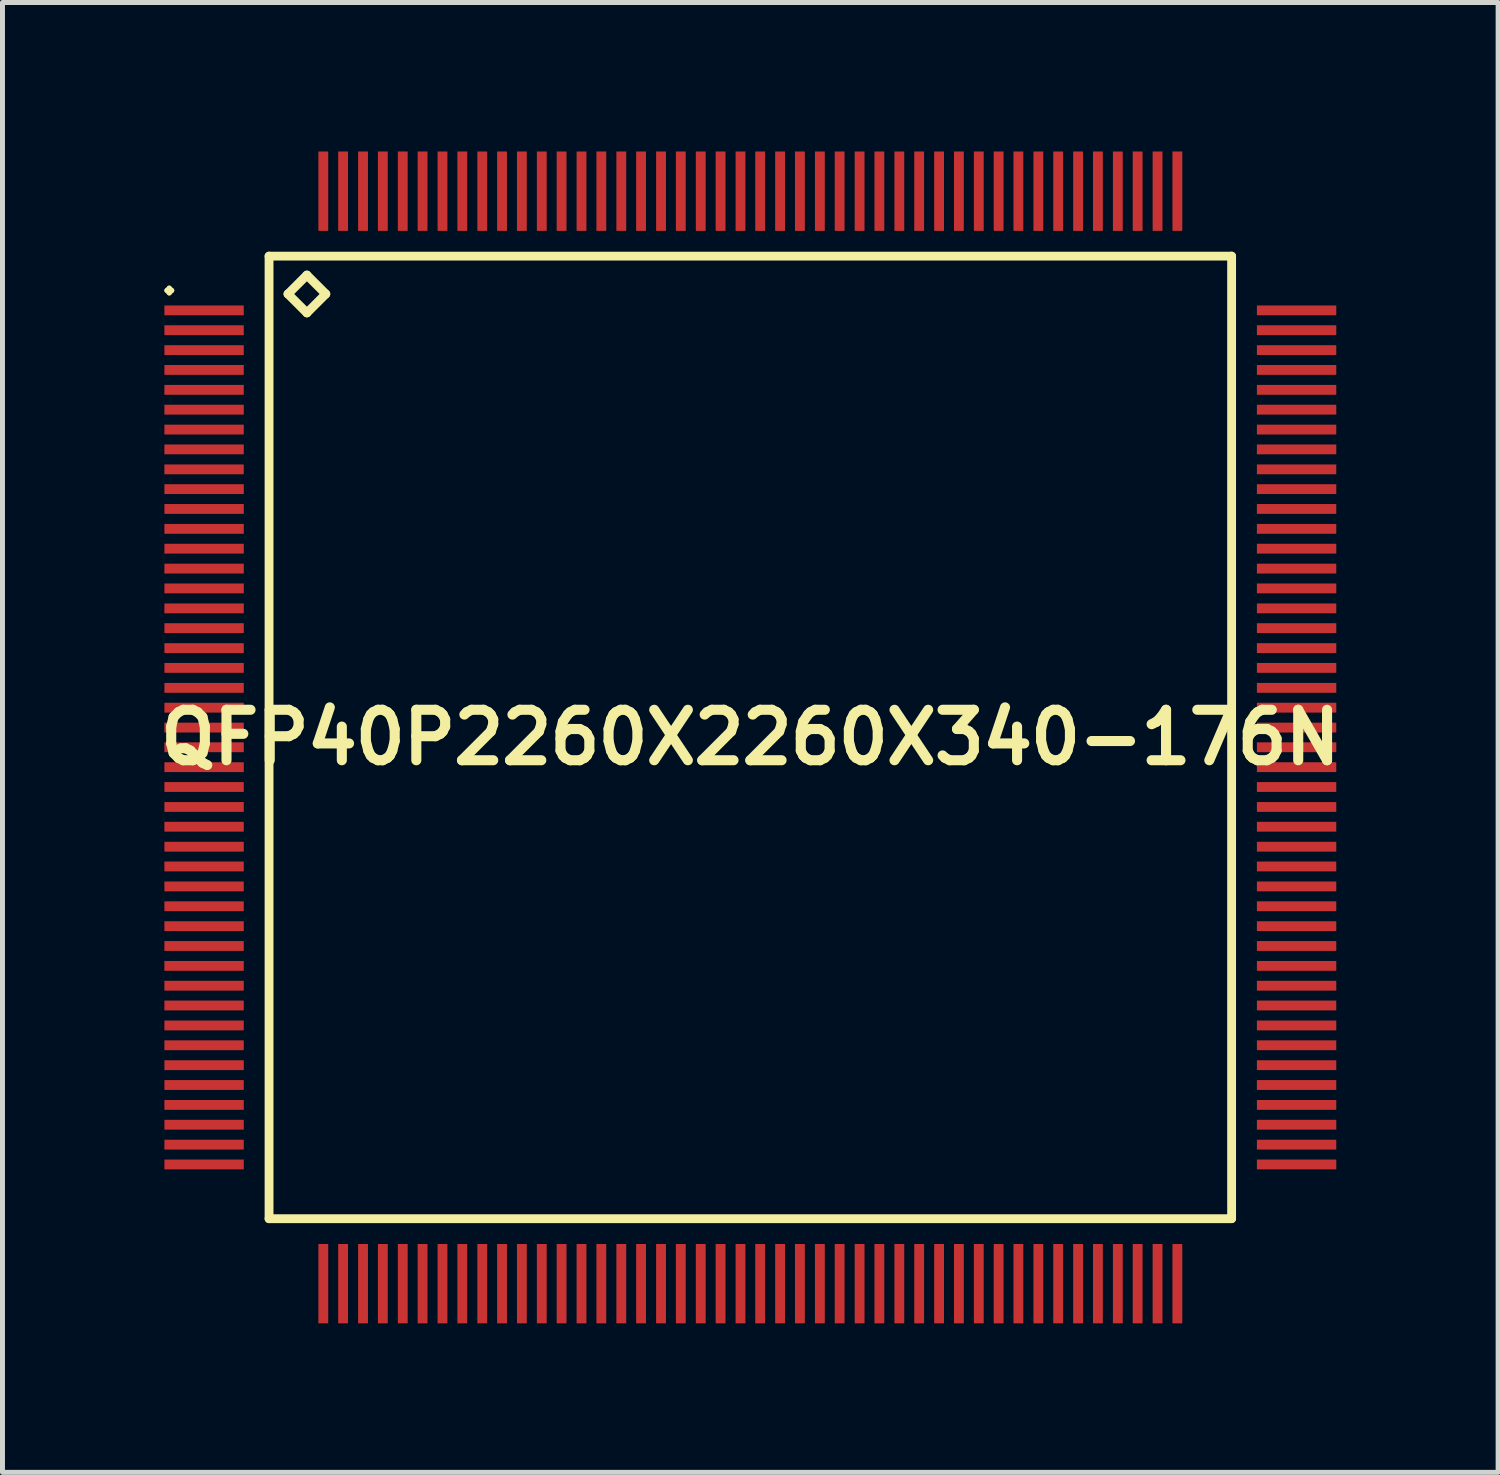
<source format=kicad_pcb>
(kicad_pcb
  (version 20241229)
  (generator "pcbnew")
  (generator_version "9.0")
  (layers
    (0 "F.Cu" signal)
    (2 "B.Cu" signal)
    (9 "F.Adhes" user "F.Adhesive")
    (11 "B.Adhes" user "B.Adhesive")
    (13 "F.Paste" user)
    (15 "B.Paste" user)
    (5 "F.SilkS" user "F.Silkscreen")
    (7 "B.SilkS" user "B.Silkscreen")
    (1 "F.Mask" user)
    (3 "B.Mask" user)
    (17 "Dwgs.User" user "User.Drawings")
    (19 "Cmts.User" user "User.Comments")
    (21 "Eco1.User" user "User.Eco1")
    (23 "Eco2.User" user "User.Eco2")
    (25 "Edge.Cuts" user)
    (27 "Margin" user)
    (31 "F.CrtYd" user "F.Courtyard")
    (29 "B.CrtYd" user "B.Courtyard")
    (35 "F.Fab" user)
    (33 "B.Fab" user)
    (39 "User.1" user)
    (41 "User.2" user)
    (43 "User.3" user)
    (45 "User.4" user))
  (footprint "QFP40P2260X2260X340-176N"
    (layer "F.Cu")
    (at 12.057 11.797)
    (property "Reference" "QFP40P2260X2260X340-176N" (at 0 0 0) (layer "F.SilkS") (effects (font (size 1.016 1.016) (thickness 0.203))))
    (attr smd)
    (fp_line (start -11.748 -8.999) (end -11.699 -9.047) (stroke (width 0.099) (type solid)) (layer "F.SilkS"))
    (fp_line (start -11.699 -9.047) (end -11.648 -8.999) (stroke (width 0.099) (type solid)) (layer "F.SilkS"))
    (fp_line (start -11.699 -8.948) (end -11.748 -8.999) (stroke (width 0.099) (type solid)) (layer "F.SilkS"))
    (fp_line (start -11.648 -8.999) (end -11.699 -8.948) (stroke (width 0.099) (type solid)) (layer "F.SilkS"))
    (fp_line (start -9.69 -9.69) (end -9.69 9.69) (stroke (width 0.178) (type solid)) (layer "F.SilkS"))
    (fp_line (start -9.69 9.69) (end 9.69 9.69) (stroke (width 0.178) (type solid)) (layer "F.SilkS"))
    (fp_line (start -9.309 -8.928) (end -8.928 -9.309) (stroke (width 0.178) (type solid)) (layer "F.SilkS"))
    (fp_line (start -8.928 -9.309) (end -8.547 -8.928) (stroke (width 0.178) (type solid)) (layer "F.SilkS"))
    (fp_line (start -8.928 -8.547) (end -9.309 -8.928) (stroke (width 0.178) (type solid)) (layer "F.SilkS"))
    (fp_line (start -8.547 -8.928) (end -8.928 -8.547) (stroke (width 0.178) (type solid)) (layer "F.SilkS"))
    (fp_line (start 9.69 -9.69) (end -9.69 -9.69) (stroke (width 0.178) (type solid)) (layer "F.SilkS"))
    (fp_line (start 9.69 9.69) (end 9.69 -9.69) (stroke (width 0.178) (type solid)) (layer "F.SilkS"))
    (pad "1" smd rect (at -10.998 -8.598) (size 1.598 0.198) (layers "F.Cu" "F.Mask" "F.Paste"))
    (pad "2" smd rect (at -10.998 -8.199) (size 1.598 0.198) (layers "F.Cu" "F.Mask" "F.Paste"))
    (pad "3" smd rect (at -10.998 -7.798) (size 1.598 0.198) (layers "F.Cu" "F.Mask" "F.Paste"))
    (pad "4" smd rect (at -10.998 -7.399) (size 1.598 0.198) (layers "F.Cu" "F.Mask" "F.Paste"))
    (pad "5" smd rect (at -10.998 -6.998) (size 1.598 0.198) (layers "F.Cu" "F.Mask" "F.Paste"))
    (pad "6" smd rect (at -10.998 -6.599) (size 1.598 0.198) (layers "F.Cu" "F.Mask" "F.Paste"))
    (pad "7" smd rect (at -10.998 -6.198) (size 1.598 0.198) (layers "F.Cu" "F.Mask" "F.Paste"))
    (pad "8" smd rect (at -10.998 -5.799) (size 1.598 0.198) (layers "F.Cu" "F.Mask" "F.Paste"))
    (pad "9" smd rect (at -10.998 -5.397) (size 1.598 0.198) (layers "F.Cu" "F.Mask" "F.Paste"))
    (pad "10" smd rect (at -10.998 -4.999) (size 1.598 0.198) (layers "F.Cu" "F.Mask" "F.Paste"))
    (pad "11" smd rect (at -10.998 -4.6) (size 1.598 0.198) (layers "F.Cu" "F.Mask" "F.Paste"))
    (pad "12" smd rect (at -10.998 -4.199) (size 1.598 0.198) (layers "F.Cu" "F.Mask" "F.Paste"))
    (pad "13" smd rect (at -10.998 -3.8) (size 1.598 0.198) (layers "F.Cu" "F.Mask" "F.Paste"))
    (pad "14" smd rect (at -10.998 -3.399) (size 1.598 0.198) (layers "F.Cu" "F.Mask" "F.Paste"))
    (pad "15" smd rect (at -10.998 -3) (size 1.598 0.198) (layers "F.Cu" "F.Mask" "F.Paste"))
    (pad "16" smd rect (at -10.998 -2.598) (size 1.598 0.198) (layers "F.Cu" "F.Mask" "F.Paste"))
    (pad "17" smd rect (at -10.998 -2.2) (size 1.598 0.198) (layers "F.Cu" "F.Mask" "F.Paste"))
    (pad "18" smd rect (at -10.998 -1.798) (size 1.598 0.198) (layers "F.Cu" "F.Mask" "F.Paste"))
    (pad "19" smd rect (at -10.998 -1.4) (size 1.598 0.198) (layers "F.Cu" "F.Mask" "F.Paste"))
    (pad "20" smd rect (at -10.998 -0.998) (size 1.598 0.198) (layers "F.Cu" "F.Mask" "F.Paste"))
    (pad "21" smd rect (at -10.998 -0.599) (size 1.598 0.198) (layers "F.Cu" "F.Mask" "F.Paste"))
    (pad "22" smd rect (at -10.998 -0.198) (size 1.598 0.198) (layers "F.Cu" "F.Mask" "F.Paste"))
    (pad "23" smd rect (at -10.998 0.198) (size 1.598 0.198) (layers "F.Cu" "F.Mask" "F.Paste"))
    (pad "24" smd rect (at -10.998 0.599) (size 1.598 0.198) (layers "F.Cu" "F.Mask" "F.Paste"))
    (pad "25" smd rect (at -10.998 0.998) (size 1.598 0.198) (layers "F.Cu" "F.Mask" "F.Paste"))
    (pad "26" smd rect (at -10.998 1.4) (size 1.598 0.198) (layers "F.Cu" "F.Mask" "F.Paste"))
    (pad "27" smd rect (at -10.998 1.798) (size 1.598 0.198) (layers "F.Cu" "F.Mask" "F.Paste"))
    (pad "28" smd rect (at -10.998 2.2) (size 1.598 0.198) (layers "F.Cu" "F.Mask" "F.Paste"))
    (pad "29" smd rect (at -10.998 2.598) (size 1.598 0.198) (layers "F.Cu" "F.Mask" "F.Paste"))
    (pad "30" smd rect (at -10.998 3) (size 1.598 0.198) (layers "F.Cu" "F.Mask" "F.Paste"))
    (pad "31" smd rect (at -10.998 3.399) (size 1.598 0.198) (layers "F.Cu" "F.Mask" "F.Paste"))
    (pad "32" smd rect (at -10.998 3.8) (size 1.598 0.198) (layers "F.Cu" "F.Mask" "F.Paste"))
    (pad "33" smd rect (at -10.998 4.199) (size 1.598 0.198) (layers "F.Cu" "F.Mask" "F.Paste"))
    (pad "34" smd rect (at -10.998 4.6) (size 1.598 0.198) (layers "F.Cu" "F.Mask" "F.Paste"))
    (pad "35" smd rect (at -10.998 4.999) (size 1.598 0.198) (layers "F.Cu" "F.Mask" "F.Paste"))
    (pad "36" smd rect (at -10.998 5.397) (size 1.598 0.198) (layers "F.Cu" "F.Mask" "F.Paste"))
    (pad "37" smd rect (at -10.998 5.799) (size 1.598 0.198) (layers "F.Cu" "F.Mask" "F.Paste"))
    (pad "38" smd rect (at -10.998 6.198) (size 1.598 0.198) (layers "F.Cu" "F.Mask" "F.Paste"))
    (pad "39" smd rect (at -10.998 6.599) (size 1.598 0.198) (layers "F.Cu" "F.Mask" "F.Paste"))
    (pad "40" smd rect (at -10.998 6.998) (size 1.598 0.198) (layers "F.Cu" "F.Mask" "F.Paste"))
    (pad "41" smd rect (at -10.998 7.399) (size 1.598 0.198) (layers "F.Cu" "F.Mask" "F.Paste"))
    (pad "42" smd rect (at -10.998 7.798) (size 1.598 0.198) (layers "F.Cu" "F.Mask" "F.Paste"))
    (pad "43" smd rect (at -10.998 8.199) (size 1.598 0.198) (layers "F.Cu" "F.Mask" "F.Paste"))
    (pad "44" smd rect (at -10.998 8.598) (size 1.598 0.198) (layers "F.Cu" "F.Mask" "F.Paste"))
    (pad "45" smd rect (at -8.598 10.998) (size 0.198 1.598) (layers "F.Cu" "F.Mask" "F.Paste"))
    (pad "46" smd rect (at -8.199 10.998) (size 0.198 1.598) (layers "F.Cu" "F.Mask" "F.Paste"))
    (pad "47" smd rect (at -7.798 10.998) (size 0.198 1.598) (layers "F.Cu" "F.Mask" "F.Paste"))
    (pad "48" smd rect (at -7.399 10.998) (size 0.198 1.598) (layers "F.Cu" "F.Mask" "F.Paste"))
    (pad "49" smd rect (at -6.998 10.998) (size 0.198 1.598) (layers "F.Cu" "F.Mask" "F.Paste"))
    (pad "50" smd rect (at -6.599 10.998) (size 0.198 1.598) (layers "F.Cu" "F.Mask" "F.Paste"))
    (pad "51" smd rect (at -6.198 10.998) (size 0.198 1.598) (layers "F.Cu" "F.Mask" "F.Paste"))
    (pad "52" smd rect (at -5.799 10.998) (size 0.198 1.598) (layers "F.Cu" "F.Mask" "F.Paste"))
    (pad "53" smd rect (at -5.397 10.998) (size 0.198 1.598) (layers "F.Cu" "F.Mask" "F.Paste"))
    (pad "54" smd rect (at -4.999 10.998) (size 0.198 1.598) (layers "F.Cu" "F.Mask" "F.Paste"))
    (pad "55" smd rect (at -4.6 10.998) (size 0.198 1.598) (layers "F.Cu" "F.Mask" "F.Paste"))
    (pad "56" smd rect (at -4.199 10.998) (size 0.198 1.598) (layers "F.Cu" "F.Mask" "F.Paste"))
    (pad "57" smd rect (at -3.8 10.998) (size 0.198 1.598) (layers "F.Cu" "F.Mask" "F.Paste"))
    (pad "58" smd rect (at -3.399 10.998) (size 0.198 1.598) (layers "F.Cu" "F.Mask" "F.Paste"))
    (pad "59" smd rect (at -3 10.998) (size 0.198 1.598) (layers "F.Cu" "F.Mask" "F.Paste"))
    (pad "60" smd rect (at -2.598 10.998) (size 0.198 1.598) (layers "F.Cu" "F.Mask" "F.Paste"))
    (pad "61" smd rect (at -2.2 10.998) (size 0.198 1.598) (layers "F.Cu" "F.Mask" "F.Paste"))
    (pad "62" smd rect (at -1.798 10.998) (size 0.198 1.598) (layers "F.Cu" "F.Mask" "F.Paste"))
    (pad "63" smd rect (at -1.4 10.998) (size 0.198 1.598) (layers "F.Cu" "F.Mask" "F.Paste"))
    (pad "64" smd rect (at -0.998 10.998) (size 0.198 1.598) (layers "F.Cu" "F.Mask" "F.Paste"))
    (pad "65" smd rect (at -0.599 10.998) (size 0.198 1.598) (layers "F.Cu" "F.Mask" "F.Paste"))
    (pad "66" smd rect (at -0.198 10.998) (size 0.198 1.598) (layers "F.Cu" "F.Mask" "F.Paste"))
    (pad "67" smd rect (at 0.198 10.998) (size 0.198 1.598) (layers "F.Cu" "F.Mask" "F.Paste"))
    (pad "68" smd rect (at 0.599 10.998) (size 0.198 1.598) (layers "F.Cu" "F.Mask" "F.Paste"))
    (pad "69" smd rect (at 0.998 10.998) (size 0.198 1.598) (layers "F.Cu" "F.Mask" "F.Paste"))
    (pad "70" smd rect (at 1.4 10.998) (size 0.198 1.598) (layers "F.Cu" "F.Mask" "F.Paste"))
    (pad "71" smd rect (at 1.798 10.998) (size 0.198 1.598) (layers "F.Cu" "F.Mask" "F.Paste"))
    (pad "72" smd rect (at 2.2 10.998) (size 0.198 1.598) (layers "F.Cu" "F.Mask" "F.Paste"))
    (pad "73" smd rect (at 2.598 10.998) (size 0.198 1.598) (layers "F.Cu" "F.Mask" "F.Paste"))
    (pad "74" smd rect (at 3 10.998) (size 0.198 1.598) (layers "F.Cu" "F.Mask" "F.Paste"))
    (pad "75" smd rect (at 3.399 10.998) (size 0.198 1.598) (layers "F.Cu" "F.Mask" "F.Paste"))
    (pad "76" smd rect (at 3.8 10.998) (size 0.198 1.598) (layers "F.Cu" "F.Mask" "F.Paste"))
    (pad "77" smd rect (at 4.199 10.998) (size 0.198 1.598) (layers "F.Cu" "F.Mask" "F.Paste"))
    (pad "78" smd rect (at 4.6 10.998) (size 0.198 1.598) (layers "F.Cu" "F.Mask" "F.Paste"))
    (pad "79" smd rect (at 4.999 10.998) (size 0.198 1.598) (layers "F.Cu" "F.Mask" "F.Paste"))
    (pad "80" smd rect (at 5.397 10.998) (size 0.198 1.598) (layers "F.Cu" "F.Mask" "F.Paste"))
    (pad "81" smd rect (at 5.799 10.998) (size 0.198 1.598) (layers "F.Cu" "F.Mask" "F.Paste"))
    (pad "82" smd rect (at 6.198 10.998) (size 0.198 1.598) (layers "F.Cu" "F.Mask" "F.Paste"))
    (pad "83" smd rect (at 6.599 10.998) (size 0.198 1.598) (layers "F.Cu" "F.Mask" "F.Paste"))
    (pad "84" smd rect (at 6.998 10.998) (size 0.198 1.598) (layers "F.Cu" "F.Mask" "F.Paste"))
    (pad "85" smd rect (at 7.399 10.998) (size 0.198 1.598) (layers "F.Cu" "F.Mask" "F.Paste"))
    (pad "86" smd rect (at 7.798 10.998) (size 0.198 1.598) (layers "F.Cu" "F.Mask" "F.Paste"))
    (pad "87" smd rect (at 8.199 10.998) (size 0.198 1.598) (layers "F.Cu" "F.Mask" "F.Paste"))
    (pad "88" smd rect (at 8.598 10.998) (size 0.198 1.598) (layers "F.Cu" "F.Mask" "F.Paste"))
    (pad "89" smd rect (at 10.998 8.598) (size 1.598 0.198) (layers "F.Cu" "F.Mask" "F.Paste"))
    (pad "90" smd rect (at 10.998 8.199) (size 1.598 0.198) (layers "F.Cu" "F.Mask" "F.Paste"))
    (pad "91" smd rect (at 10.998 7.798) (size 1.598 0.198) (layers "F.Cu" "F.Mask" "F.Paste"))
    (pad "92" smd rect (at 10.998 7.399) (size 1.598 0.198) (layers "F.Cu" "F.Mask" "F.Paste"))
    (pad "93" smd rect (at 10.998 6.998) (size 1.598 0.198) (layers "F.Cu" "F.Mask" "F.Paste"))
    (pad "94" smd rect (at 10.998 6.599) (size 1.598 0.198) (layers "F.Cu" "F.Mask" "F.Paste"))
    (pad "95" smd rect (at 10.998 6.198) (size 1.598 0.198) (layers "F.Cu" "F.Mask" "F.Paste"))
    (pad "96" smd rect (at 10.998 5.799) (size 1.598 0.198) (layers "F.Cu" "F.Mask" "F.Paste"))
    (pad "97" smd rect (at 10.998 5.397) (size 1.598 0.198) (layers "F.Cu" "F.Mask" "F.Paste"))
    (pad "98" smd rect (at 10.998 4.999) (size 1.598 0.198) (layers "F.Cu" "F.Mask" "F.Paste"))
    (pad "99" smd rect (at 10.998 4.6) (size 1.598 0.198) (layers "F.Cu" "F.Mask" "F.Paste"))
    (pad "100" smd rect (at 10.998 4.199) (size 1.598 0.198) (layers "F.Cu" "F.Mask" "F.Paste"))
    (pad "101" smd rect (at 10.998 3.8) (size 1.598 0.198) (layers "F.Cu" "F.Mask" "F.Paste"))
    (pad "102" smd rect (at 10.998 3.399) (size 1.598 0.198) (layers "F.Cu" "F.Mask" "F.Paste"))
    (pad "103" smd rect (at 10.998 3) (size 1.598 0.198) (layers "F.Cu" "F.Mask" "F.Paste"))
    (pad "104" smd rect (at 10.998 2.598) (size 1.598 0.198) (layers "F.Cu" "F.Mask" "F.Paste"))
    (pad "105" smd rect (at 10.998 2.2) (size 1.598 0.198) (layers "F.Cu" "F.Mask" "F.Paste"))
    (pad "106" smd rect (at 10.998 1.798) (size 1.598 0.198) (layers "F.Cu" "F.Mask" "F.Paste"))
    (pad "107" smd rect (at 10.998 1.4) (size 1.598 0.198) (layers "F.Cu" "F.Mask" "F.Paste"))
    (pad "108" smd rect (at 10.998 0.998) (size 1.598 0.198) (layers "F.Cu" "F.Mask" "F.Paste"))
    (pad "109" smd rect (at 10.998 0.599) (size 1.598 0.198) (layers "F.Cu" "F.Mask" "F.Paste"))
    (pad "110" smd rect (at 10.998 0.198) (size 1.598 0.198) (layers "F.Cu" "F.Mask" "F.Paste"))
    (pad "111" smd rect (at 10.998 -0.198) (size 1.598 0.198) (layers "F.Cu" "F.Mask" "F.Paste"))
    (pad "112" smd rect (at 10.998 -0.599) (size 1.598 0.198) (layers "F.Cu" "F.Mask" "F.Paste"))
    (pad "113" smd rect (at 10.998 -0.998) (size 1.598 0.198) (layers "F.Cu" "F.Mask" "F.Paste"))
    (pad "114" smd rect (at 10.998 -1.4) (size 1.598 0.198) (layers "F.Cu" "F.Mask" "F.Paste"))
    (pad "115" smd rect (at 10.998 -1.798) (size 1.598 0.198) (layers "F.Cu" "F.Mask" "F.Paste"))
    (pad "116" smd rect (at 10.998 -2.2) (size 1.598 0.198) (layers "F.Cu" "F.Mask" "F.Paste"))
    (pad "117" smd rect (at 10.998 -2.598) (size 1.598 0.198) (layers "F.Cu" "F.Mask" "F.Paste"))
    (pad "118" smd rect (at 10.998 -3) (size 1.598 0.198) (layers "F.Cu" "F.Mask" "F.Paste"))
    (pad "119" smd rect (at 10.998 -3.399) (size 1.598 0.198) (layers "F.Cu" "F.Mask" "F.Paste"))
    (pad "120" smd rect (at 10.998 -3.8) (size 1.598 0.198) (layers "F.Cu" "F.Mask" "F.Paste"))
    (pad "121" smd rect (at 10.998 -4.199) (size 1.598 0.198) (layers "F.Cu" "F.Mask" "F.Paste"))
    (pad "122" smd rect (at 10.998 -4.6) (size 1.598 0.198) (layers "F.Cu" "F.Mask" "F.Paste"))
    (pad "123" smd rect (at 10.998 -4.999) (size 1.598 0.198) (layers "F.Cu" "F.Mask" "F.Paste"))
    (pad "124" smd rect (at 10.998 -5.397) (size 1.598 0.198) (layers "F.Cu" "F.Mask" "F.Paste"))
    (pad "125" smd rect (at 10.998 -5.799) (size 1.598 0.198) (layers "F.Cu" "F.Mask" "F.Paste"))
    (pad "126" smd rect (at 10.998 -6.198) (size 1.598 0.198) (layers "F.Cu" "F.Mask" "F.Paste"))
    (pad "127" smd rect (at 10.998 -6.599) (size 1.598 0.198) (layers "F.Cu" "F.Mask" "F.Paste"))
    (pad "128" smd rect (at 10.998 -6.998) (size 1.598 0.198) (layers "F.Cu" "F.Mask" "F.Paste"))
    (pad "129" smd rect (at 10.998 -7.399) (size 1.598 0.198) (layers "F.Cu" "F.Mask" "F.Paste"))
    (pad "130" smd rect (at 10.998 -7.798) (size 1.598 0.198) (layers "F.Cu" "F.Mask" "F.Paste"))
    (pad "131" smd rect (at 10.998 -8.199) (size 1.598 0.198) (layers "F.Cu" "F.Mask" "F.Paste"))
    (pad "132" smd rect (at 10.998 -8.598) (size 1.598 0.198) (layers "F.Cu" "F.Mask" "F.Paste"))
    (pad "133" smd rect (at 8.598 -10.998) (size 0.198 1.598) (layers "F.Cu" "F.Mask" "F.Paste"))
    (pad "134" smd rect (at 8.199 -10.998) (size 0.198 1.598) (layers "F.Cu" "F.Mask" "F.Paste"))
    (pad "135" smd rect (at 7.798 -10.998) (size 0.198 1.598) (layers "F.Cu" "F.Mask" "F.Paste"))
    (pad "136" smd rect (at 7.399 -10.998) (size 0.198 1.598) (layers "F.Cu" "F.Mask" "F.Paste"))
    (pad "137" smd rect (at 6.998 -10.998) (size 0.198 1.598) (layers "F.Cu" "F.Mask" "F.Paste"))
    (pad "138" smd rect (at 6.599 -10.998) (size 0.198 1.598) (layers "F.Cu" "F.Mask" "F.Paste"))
    (pad "139" smd rect (at 6.198 -10.998) (size 0.198 1.598) (layers "F.Cu" "F.Mask" "F.Paste"))
    (pad "140" smd rect (at 5.799 -10.998) (size 0.198 1.598) (layers "F.Cu" "F.Mask" "F.Paste"))
    (pad "141" smd rect (at 5.397 -10.998) (size 0.198 1.598) (layers "F.Cu" "F.Mask" "F.Paste"))
    (pad "142" smd rect (at 4.999 -10.998) (size 0.198 1.598) (layers "F.Cu" "F.Mask" "F.Paste"))
    (pad "143" smd rect (at 4.6 -10.998) (size 0.198 1.598) (layers "F.Cu" "F.Mask" "F.Paste"))
    (pad "144" smd rect (at 4.199 -10.998) (size 0.198 1.598) (layers "F.Cu" "F.Mask" "F.Paste"))
    (pad "145" smd rect (at 3.8 -10.998) (size 0.198 1.598) (layers "F.Cu" "F.Mask" "F.Paste"))
    (pad "146" smd rect (at 3.399 -10.998) (size 0.198 1.598) (layers "F.Cu" "F.Mask" "F.Paste"))
    (pad "147" smd rect (at 3 -10.998) (size 0.198 1.598) (layers "F.Cu" "F.Mask" "F.Paste"))
    (pad "148" smd rect (at 2.598 -10.998) (size 0.198 1.598) (layers "F.Cu" "F.Mask" "F.Paste"))
    (pad "149" smd rect (at 2.2 -10.998) (size 0.198 1.598) (layers "F.Cu" "F.Mask" "F.Paste"))
    (pad "150" smd rect (at 1.798 -10.998) (size 0.198 1.598) (layers "F.Cu" "F.Mask" "F.Paste"))
    (pad "151" smd rect (at 1.4 -10.998) (size 0.198 1.598) (layers "F.Cu" "F.Mask" "F.Paste"))
    (pad "152" smd rect (at 0.998 -10.998) (size 0.198 1.598) (layers "F.Cu" "F.Mask" "F.Paste"))
    (pad "153" smd rect (at 0.599 -10.998) (size 0.198 1.598) (layers "F.Cu" "F.Mask" "F.Paste"))
    (pad "154" smd rect (at 0.198 -10.998) (size 0.198 1.598) (layers "F.Cu" "F.Mask" "F.Paste"))
    (pad "155" smd rect (at -0.198 -10.998) (size 0.198 1.598) (layers "F.Cu" "F.Mask" "F.Paste"))
    (pad "156" smd rect (at -0.599 -10.998) (size 0.198 1.598) (layers "F.Cu" "F.Mask" "F.Paste"))
    (pad "157" smd rect (at -0.998 -10.998) (size 0.198 1.598) (layers "F.Cu" "F.Mask" "F.Paste"))
    (pad "158" smd rect (at -1.4 -10.998) (size 0.198 1.598) (layers "F.Cu" "F.Mask" "F.Paste"))
    (pad "159" smd rect (at -1.798 -10.998) (size 0.198 1.598) (layers "F.Cu" "F.Mask" "F.Paste"))
    (pad "160" smd rect (at -2.2 -10.998) (size 0.198 1.598) (layers "F.Cu" "F.Mask" "F.Paste"))
    (pad "161" smd rect (at -2.598 -10.998) (size 0.198 1.598) (layers "F.Cu" "F.Mask" "F.Paste"))
    (pad "162" smd rect (at -3 -10.998) (size 0.198 1.598) (layers "F.Cu" "F.Mask" "F.Paste"))
    (pad "163" smd rect (at -3.399 -10.998) (size 0.198 1.598) (layers "F.Cu" "F.Mask" "F.Paste"))
    (pad "164" smd rect (at -3.8 -10.998) (size 0.198 1.598) (layers "F.Cu" "F.Mask" "F.Paste"))
    (pad "165" smd rect (at -4.199 -10.998) (size 0.198 1.598) (layers "F.Cu" "F.Mask" "F.Paste"))
    (pad "166" smd rect (at -4.6 -10.998) (size 0.198 1.598) (layers "F.Cu" "F.Mask" "F.Paste"))
    (pad "167" smd rect (at -4.999 -10.998) (size 0.198 1.598) (layers "F.Cu" "F.Mask" "F.Paste"))
    (pad "168" smd rect (at -5.397 -10.998) (size 0.198 1.598) (layers "F.Cu" "F.Mask" "F.Paste"))
    (pad "169" smd rect (at -5.799 -10.998) (size 0.198 1.598) (layers "F.Cu" "F.Mask" "F.Paste"))
    (pad "170" smd rect (at -6.198 -10.998) (size 0.198 1.598) (layers "F.Cu" "F.Mask" "F.Paste"))
    (pad "171" smd rect (at -6.599 -10.998) (size 0.198 1.598) (layers "F.Cu" "F.Mask" "F.Paste"))
    (pad "172" smd rect (at -6.998 -10.998) (size 0.198 1.598) (layers "F.Cu" "F.Mask" "F.Paste"))
    (pad "173" smd rect (at -7.399 -10.998) (size 0.198 1.598) (layers "F.Cu" "F.Mask" "F.Paste"))
    (pad "174" smd rect (at -7.798 -10.998) (size 0.198 1.598) (layers "F.Cu" "F.Mask" "F.Paste"))
    (pad "175" smd rect (at -8.199 -10.998) (size 0.198 1.598) (layers "F.Cu" "F.Mask" "F.Paste"))
    (pad "176" smd rect (at -8.598 -10.998) (size 0.198 1.598) (layers "F.Cu" "F.Mask" "F.Paste")))
  (gr_rect
    (start -3 -3)
    (end 27.113 26.594)
    (stroke (width 0.1) (type default))
    (fill no)
    (layer "Edge.Cuts")))
</source>
